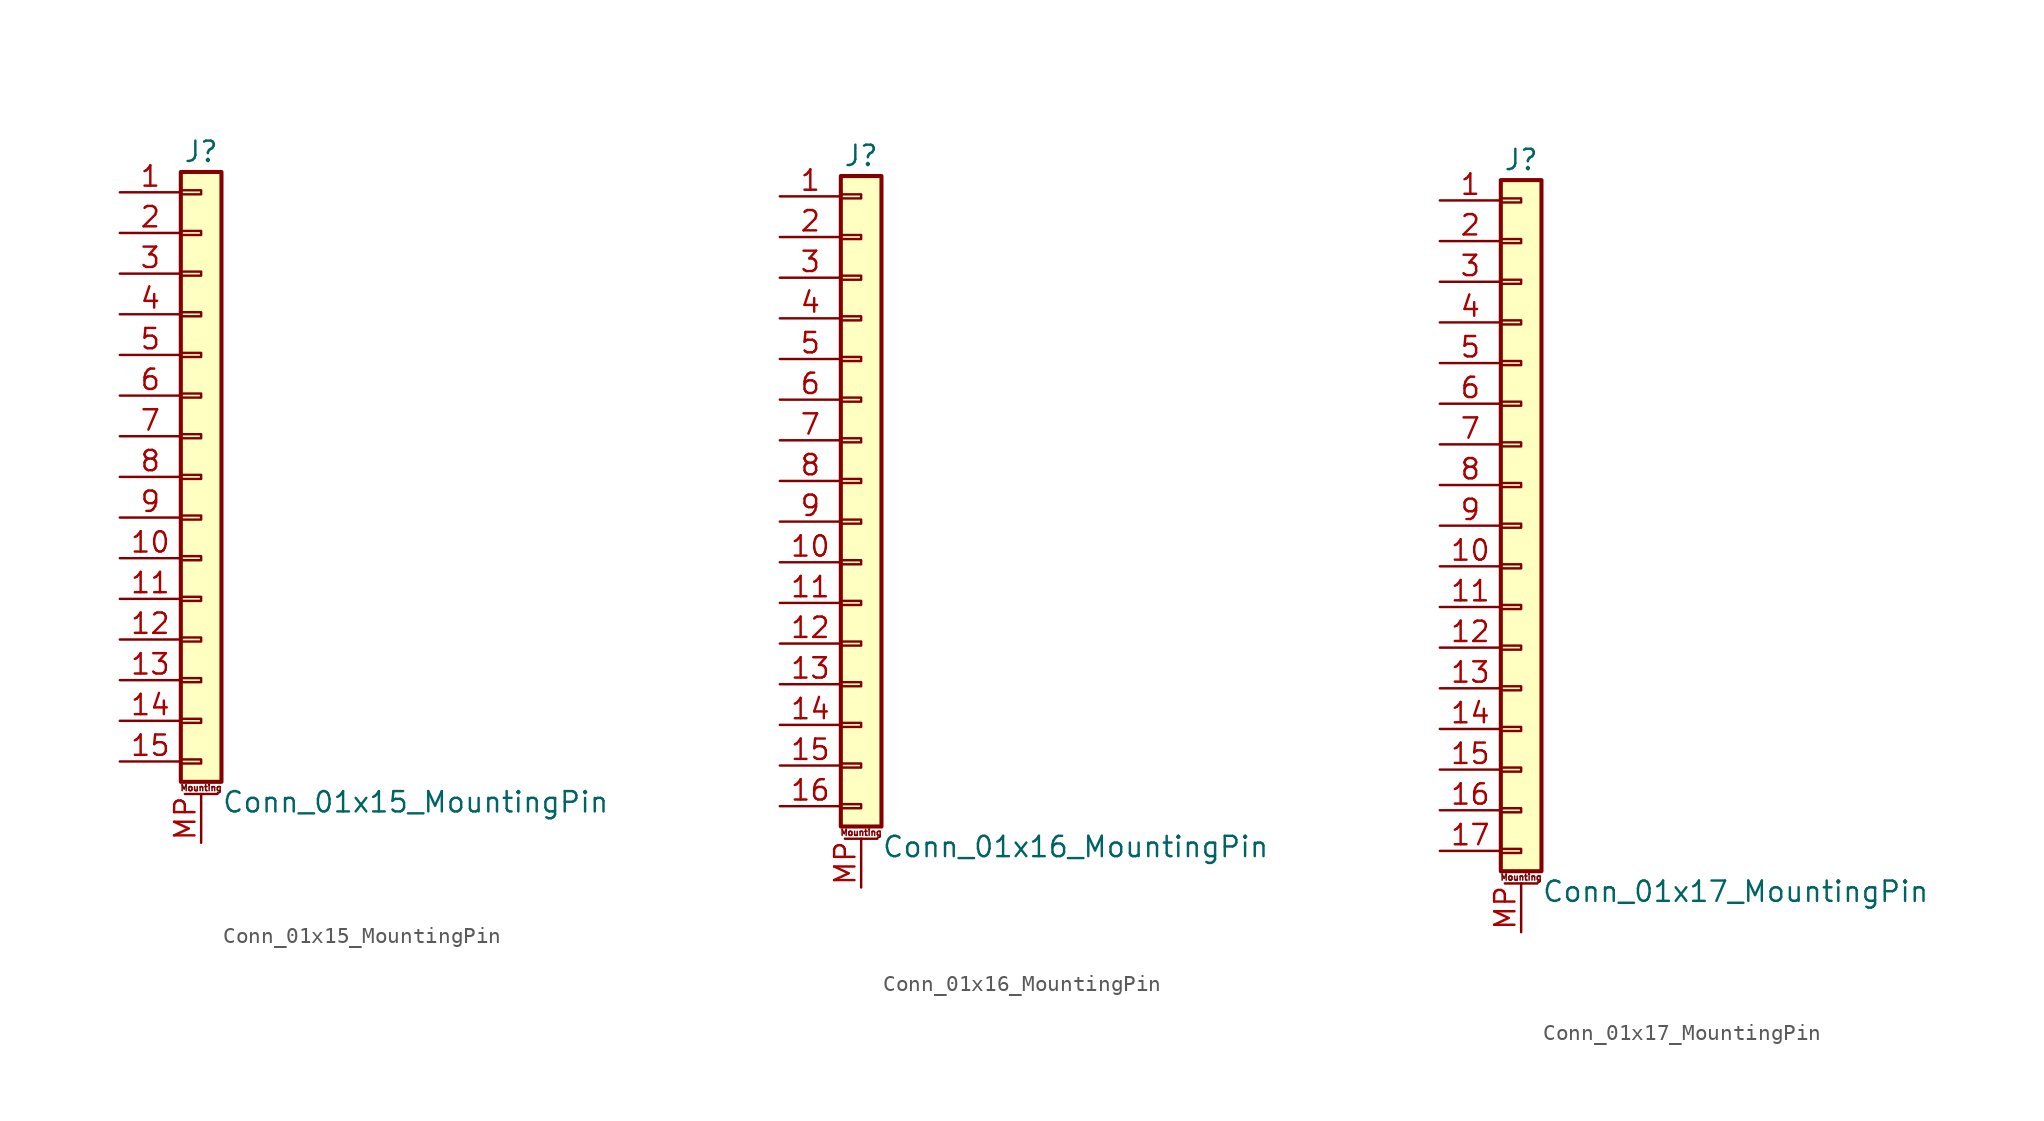
<source format=kicad_sym>
(kicad_symbol_lib
  (version 20201005)
  (generator kicad_symbol_editor)
  (symbol "Connector_Generic_MountingPin:Conn_01x15_MountingPin"
    (pin_names
      (offset 1.016) hide)
    (property "Reference" "J"
      (at 0 20.32 0)
      (effects (font (size 1.27 1.27))))
    (property "Value" "Conn_01x15_MountingPin"
      (at 1.27 -20.32 0)
      (effects (font (size 1.27 1.27)) (justify left)))
    (symbol "Conn_01x15_MountingPin_1_1"
      (text "Mounting" (at 0 -19.431 0) (effects (font (size 0.381 0.381))))
      (rectangle (start -1.27 -4.953) (end 0 -5.207) (stroke (width 0.152)) (fill (type none)))
      (rectangle (start -1.27 -7.493) (end 0 -7.747) (stroke (width 0.152)) (fill (type none)))
      (rectangle (start -1.27 -10.033) (end 0 -10.287) (stroke (width 0.152)) (fill (type none)))
      (rectangle (start -1.27 -12.573) (end 0 -12.827) (stroke (width 0.152)) (fill (type none)))
      (rectangle (start -1.27 -15.113) (end 0 -15.367) (stroke (width 0.152)) (fill (type none)))
      (rectangle (start -1.27 -17.653) (end 0 -17.907) (stroke (width 0.152)) (fill (type none)))
      (rectangle (start -1.27 -2.413) (end 0 -2.667) (stroke (width 0.152)) (fill (type none)))
      (rectangle (start -1.27 2.667) (end 0 2.413) (stroke (width 0.152)) (fill (type none)))
      (rectangle (start -1.27 5.207) (end 0 4.953) (stroke (width 0.152)) (fill (type none)))
      (rectangle (start -1.27 7.747) (end 0 7.493) (stroke (width 0.152)) (fill (type none)))
      (rectangle (start -1.27 10.287) (end 0 10.033) (stroke (width 0.152)) (fill (type none)))
      (rectangle (start -1.27 0.127) (end 0 -0.127) (stroke (width 0.152)) (fill (type none)))
      (rectangle (start -1.27 12.827) (end 0 12.573) (stroke (width 0.152)) (fill (type none)))
      (rectangle (start -1.27 15.367) (end 0 15.113) (stroke (width 0.152)) (fill (type none)))
      (rectangle (start -1.27 17.907) (end 0 17.653) (stroke (width 0.152)) (fill (type none)))
      (rectangle (start -1.27 19.05) (end 1.27 -19.05) (stroke (width 0.254)) (fill (type background)))
      (polyline (pts (xy -1.016 -19.812) (xy 1.016 -19.812)) (stroke (width 0.152)) (fill (type none)))
      (pin passive line (at 0 -22.86 90) (length 3.048) (name "MountPin" (effects (font (size 1.27 1.27)))) (number "MP" (effects (font (size 1.27 1.27)))))
      (pin passive line (at -5.08 17.78 0) (length 3.81) (name "Pin_1" (effects (font (size 1.27 1.27)))) (number "1" (effects (font (size 1.27 1.27)))))
      (pin passive line (at -5.08 -5.08 0) (length 3.81) (name "Pin_10" (effects (font (size 1.27 1.27)))) (number "10" (effects (font (size 1.27 1.27)))))
      (pin passive line (at -5.08 -7.62 0) (length 3.81) (name "Pin_11" (effects (font (size 1.27 1.27)))) (number "11" (effects (font (size 1.27 1.27)))))
      (pin passive line (at -5.08 -10.16 0) (length 3.81) (name "Pin_12" (effects (font (size 1.27 1.27)))) (number "12" (effects (font (size 1.27 1.27)))))
      (pin passive line (at -5.08 -12.7 0) (length 3.81) (name "Pin_13" (effects (font (size 1.27 1.27)))) (number "13" (effects (font (size 1.27 1.27)))))
      (pin passive line (at -5.08 -15.24 0) (length 3.81) (name "Pin_14" (effects (font (size 1.27 1.27)))) (number "14" (effects (font (size 1.27 1.27)))))
      (pin passive line (at -5.08 -17.78 0) (length 3.81) (name "Pin_15" (effects (font (size 1.27 1.27)))) (number "15" (effects (font (size 1.27 1.27)))))
      (pin passive line (at -5.08 15.24 0) (length 3.81) (name "Pin_2" (effects (font (size 1.27 1.27)))) (number "2" (effects (font (size 1.27 1.27)))))
      (pin passive line (at -5.08 12.7 0) (length 3.81) (name "Pin_3" (effects (font (size 1.27 1.27)))) (number "3" (effects (font (size 1.27 1.27)))))
      (pin passive line (at -5.08 10.16 0) (length 3.81) (name "Pin_4" (effects (font (size 1.27 1.27)))) (number "4" (effects (font (size 1.27 1.27)))))
      (pin passive line (at -5.08 7.62 0) (length 3.81) (name "Pin_5" (effects (font (size 1.27 1.27)))) (number "5" (effects (font (size 1.27 1.27)))))
      (pin passive line (at -5.08 5.08 0) (length 3.81) (name "Pin_6" (effects (font (size 1.27 1.27)))) (number "6" (effects (font (size 1.27 1.27)))))
      (pin passive line (at -5.08 2.54 0) (length 3.81) (name "Pin_7" (effects (font (size 1.27 1.27)))) (number "7" (effects (font (size 1.27 1.27)))))
      (pin passive line (at -5.08 0 0) (length 3.81) (name "Pin_8" (effects (font (size 1.27 1.27)))) (number "8" (effects (font (size 1.27 1.27)))))
      (pin passive line (at -5.08 -2.54 0) (length 3.81) (name "Pin_9" (effects (font (size 1.27 1.27)))) (number "9" (effects (font (size 1.27 1.27)))))))
  (symbol "Connector_Generic_MountingPin:Conn_01x16_MountingPin"
    (pin_names
      (offset 1.016) hide)
    (property "Reference" "J"
      (at 0 20.32 0)
      (effects (font (size 1.27 1.27))))
    (property "Value" "Conn_01x16_MountingPin"
      (at 1.27 -22.86 0)
      (effects (font (size 1.27 1.27)) (justify left)))
    (symbol "Conn_01x16_MountingPin_1_1"
      (text "Mounting" (at 0 -21.971 0) (effects (font (size 0.381 0.381))))
      (rectangle (start -1.27 -4.953) (end 0 -5.207) (stroke (width 0.152)) (fill (type none)))
      (rectangle (start -1.27 -7.493) (end 0 -7.747) (stroke (width 0.152)) (fill (type none)))
      (rectangle (start -1.27 -10.033) (end 0 -10.287) (stroke (width 0.152)) (fill (type none)))
      (rectangle (start -1.27 -12.573) (end 0 -12.827) (stroke (width 0.152)) (fill (type none)))
      (rectangle (start -1.27 -15.113) (end 0 -15.367) (stroke (width 0.152)) (fill (type none)))
      (rectangle (start -1.27 -17.653) (end 0 -17.907) (stroke (width 0.152)) (fill (type none)))
      (rectangle (start -1.27 -20.193) (end 0 -20.447) (stroke (width 0.152)) (fill (type none)))
      (rectangle (start -1.27 -2.413) (end 0 -2.667) (stroke (width 0.152)) (fill (type none)))
      (rectangle (start -1.27 2.667) (end 0 2.413) (stroke (width 0.152)) (fill (type none)))
      (rectangle (start -1.27 5.207) (end 0 4.953) (stroke (width 0.152)) (fill (type none)))
      (rectangle (start -1.27 7.747) (end 0 7.493) (stroke (width 0.152)) (fill (type none)))
      (rectangle (start -1.27 10.287) (end 0 10.033) (stroke (width 0.152)) (fill (type none)))
      (rectangle (start -1.27 0.127) (end 0 -0.127) (stroke (width 0.152)) (fill (type none)))
      (rectangle (start -1.27 12.827) (end 0 12.573) (stroke (width 0.152)) (fill (type none)))
      (rectangle (start -1.27 15.367) (end 0 15.113) (stroke (width 0.152)) (fill (type none)))
      (rectangle (start -1.27 17.907) (end 0 17.653) (stroke (width 0.152)) (fill (type none)))
      (rectangle (start -1.27 19.05) (end 1.27 -21.59) (stroke (width 0.254)) (fill (type background)))
      (polyline (pts (xy -1.016 -22.352) (xy 1.016 -22.352)) (stroke (width 0.152)) (fill (type none)))
      (pin passive line (at 0 -25.4 90) (length 3.048) (name "MountPin" (effects (font (size 1.27 1.27)))) (number "MP" (effects (font (size 1.27 1.27)))))
      (pin passive line (at -5.08 17.78 0) (length 3.81) (name "Pin_1" (effects (font (size 1.27 1.27)))) (number "1" (effects (font (size 1.27 1.27)))))
      (pin passive line (at -5.08 -5.08 0) (length 3.81) (name "Pin_10" (effects (font (size 1.27 1.27)))) (number "10" (effects (font (size 1.27 1.27)))))
      (pin passive line (at -5.08 -7.62 0) (length 3.81) (name "Pin_11" (effects (font (size 1.27 1.27)))) (number "11" (effects (font (size 1.27 1.27)))))
      (pin passive line (at -5.08 -10.16 0) (length 3.81) (name "Pin_12" (effects (font (size 1.27 1.27)))) (number "12" (effects (font (size 1.27 1.27)))))
      (pin passive line (at -5.08 -12.7 0) (length 3.81) (name "Pin_13" (effects (font (size 1.27 1.27)))) (number "13" (effects (font (size 1.27 1.27)))))
      (pin passive line (at -5.08 -15.24 0) (length 3.81) (name "Pin_14" (effects (font (size 1.27 1.27)))) (number "14" (effects (font (size 1.27 1.27)))))
      (pin passive line (at -5.08 -17.78 0) (length 3.81) (name "Pin_15" (effects (font (size 1.27 1.27)))) (number "15" (effects (font (size 1.27 1.27)))))
      (pin passive line (at -5.08 -20.32 0) (length 3.81) (name "Pin_16" (effects (font (size 1.27 1.27)))) (number "16" (effects (font (size 1.27 1.27)))))
      (pin passive line (at -5.08 15.24 0) (length 3.81) (name "Pin_2" (effects (font (size 1.27 1.27)))) (number "2" (effects (font (size 1.27 1.27)))))
      (pin passive line (at -5.08 12.7 0) (length 3.81) (name "Pin_3" (effects (font (size 1.27 1.27)))) (number "3" (effects (font (size 1.27 1.27)))))
      (pin passive line (at -5.08 10.16 0) (length 3.81) (name "Pin_4" (effects (font (size 1.27 1.27)))) (number "4" (effects (font (size 1.27 1.27)))))
      (pin passive line (at -5.08 7.62 0) (length 3.81) (name "Pin_5" (effects (font (size 1.27 1.27)))) (number "5" (effects (font (size 1.27 1.27)))))
      (pin passive line (at -5.08 5.08 0) (length 3.81) (name "Pin_6" (effects (font (size 1.27 1.27)))) (number "6" (effects (font (size 1.27 1.27)))))
      (pin passive line (at -5.08 2.54 0) (length 3.81) (name "Pin_7" (effects (font (size 1.27 1.27)))) (number "7" (effects (font (size 1.27 1.27)))))
      (pin passive line (at -5.08 0 0) (length 3.81) (name "Pin_8" (effects (font (size 1.27 1.27)))) (number "8" (effects (font (size 1.27 1.27)))))
      (pin passive line (at -5.08 -2.54 0) (length 3.81) (name "Pin_9" (effects (font (size 1.27 1.27)))) (number "9" (effects (font (size 1.27 1.27)))))))
  (symbol "Connector_Generic_MountingPin:Conn_01x17_MountingPin"
    (pin_names
      (offset 1.016) hide)
    (property "Reference" "J"
      (at 0 22.86 0)
      (effects (font (size 1.27 1.27))))
    (property "Value" "Conn_01x17_MountingPin"
      (at 1.27 -22.86 0)
      (effects (font (size 1.27 1.27)) (justify left)))
    (symbol "Conn_01x17_MountingPin_1_1"
      (text "Mounting" (at 0 -21.971 0) (effects (font (size 0.381 0.381))))
      (rectangle (start -1.27 -4.953) (end 0 -5.207) (stroke (width 0.152)) (fill (type none)))
      (rectangle (start -1.27 -7.493) (end 0 -7.747) (stroke (width 0.152)) (fill (type none)))
      (rectangle (start -1.27 -10.033) (end 0 -10.287) (stroke (width 0.152)) (fill (type none)))
      (rectangle (start -1.27 -12.573) (end 0 -12.827) (stroke (width 0.152)) (fill (type none)))
      (rectangle (start -1.27 -15.113) (end 0 -15.367) (stroke (width 0.152)) (fill (type none)))
      (rectangle (start -1.27 -17.653) (end 0 -17.907) (stroke (width 0.152)) (fill (type none)))
      (rectangle (start -1.27 -20.193) (end 0 -20.447) (stroke (width 0.152)) (fill (type none)))
      (rectangle (start -1.27 -2.413) (end 0 -2.667) (stroke (width 0.152)) (fill (type none)))
      (rectangle (start -1.27 2.667) (end 0 2.413) (stroke (width 0.152)) (fill (type none)))
      (rectangle (start -1.27 5.207) (end 0 4.953) (stroke (width 0.152)) (fill (type none)))
      (rectangle (start -1.27 7.747) (end 0 7.493) (stroke (width 0.152)) (fill (type none)))
      (rectangle (start -1.27 10.287) (end 0 10.033) (stroke (width 0.152)) (fill (type none)))
      (rectangle (start -1.27 0.127) (end 0 -0.127) (stroke (width 0.152)) (fill (type none)))
      (rectangle (start -1.27 12.827) (end 0 12.573) (stroke (width 0.152)) (fill (type none)))
      (rectangle (start -1.27 15.367) (end 0 15.113) (stroke (width 0.152)) (fill (type none)))
      (rectangle (start -1.27 17.907) (end 0 17.653) (stroke (width 0.152)) (fill (type none)))
      (rectangle (start -1.27 20.447) (end 0 20.193) (stroke (width 0.152)) (fill (type none)))
      (rectangle (start -1.27 21.59) (end 1.27 -21.59) (stroke (width 0.254)) (fill (type background)))
      (polyline (pts (xy -1.016 -22.352) (xy 1.016 -22.352)) (stroke (width 0.152)) (fill (type none)))
      (pin passive line (at 0 -25.4 90) (length 3.048) (name "MountPin" (effects (font (size 1.27 1.27)))) (number "MP" (effects (font (size 1.27 1.27)))))
      (pin passive line (at -5.08 20.32 0) (length 3.81) (name "Pin_1" (effects (font (size 1.27 1.27)))) (number "1" (effects (font (size 1.27 1.27)))))
      (pin passive line (at -5.08 -2.54 0) (length 3.81) (name "Pin_10" (effects (font (size 1.27 1.27)))) (number "10" (effects (font (size 1.27 1.27)))))
      (pin passive line (at -5.08 -5.08 0) (length 3.81) (name "Pin_11" (effects (font (size 1.27 1.27)))) (number "11" (effects (font (size 1.27 1.27)))))
      (pin passive line (at -5.08 -7.62 0) (length 3.81) (name "Pin_12" (effects (font (size 1.27 1.27)))) (number "12" (effects (font (size 1.27 1.27)))))
      (pin passive line (at -5.08 -10.16 0) (length 3.81) (name "Pin_13" (effects (font (size 1.27 1.27)))) (number "13" (effects (font (size 1.27 1.27)))))
      (pin passive line (at -5.08 -12.7 0) (length 3.81) (name "Pin_14" (effects (font (size 1.27 1.27)))) (number "14" (effects (font (size 1.27 1.27)))))
      (pin passive line (at -5.08 -15.24 0) (length 3.81) (name "Pin_15" (effects (font (size 1.27 1.27)))) (number "15" (effects (font (size 1.27 1.27)))))
      (pin passive line (at -5.08 -17.78 0) (length 3.81) (name "Pin_16" (effects (font (size 1.27 1.27)))) (number "16" (effects (font (size 1.27 1.27)))))
      (pin passive line (at -5.08 -20.32 0) (length 3.81) (name "Pin_17" (effects (font (size 1.27 1.27)))) (number "17" (effects (font (size 1.27 1.27)))))
      (pin passive line (at -5.08 17.78 0) (length 3.81) (name "Pin_2" (effects (font (size 1.27 1.27)))) (number "2" (effects (font (size 1.27 1.27)))))
      (pin passive line (at -5.08 15.24 0) (length 3.81) (name "Pin_3" (effects (font (size 1.27 1.27)))) (number "3" (effects (font (size 1.27 1.27)))))
      (pin passive line (at -5.08 12.7 0) (length 3.81) (name "Pin_4" (effects (font (size 1.27 1.27)))) (number "4" (effects (font (size 1.27 1.27)))))
      (pin passive line (at -5.08 10.16 0) (length 3.81) (name "Pin_5" (effects (font (size 1.27 1.27)))) (number "5" (effects (font (size 1.27 1.27)))))
      (pin passive line (at -5.08 7.62 0) (length 3.81) (name "Pin_6" (effects (font (size 1.27 1.27)))) (number "6" (effects (font (size 1.27 1.27)))))
      (pin passive line (at -5.08 5.08 0) (length 3.81) (name "Pin_7" (effects (font (size 1.27 1.27)))) (number "7" (effects (font (size 1.27 1.27)))))
      (pin passive line (at -5.08 2.54 0) (length 3.81) (name "Pin_8" (effects (font (size 1.27 1.27)))) (number "8" (effects (font (size 1.27 1.27)))))
      (pin passive line (at -5.08 0 0) (length 3.81) (name "Pin_9" (effects (font (size 1.27 1.27)))) (number "9" (effects (font (size 1.27 1.27))))))))
</source>
